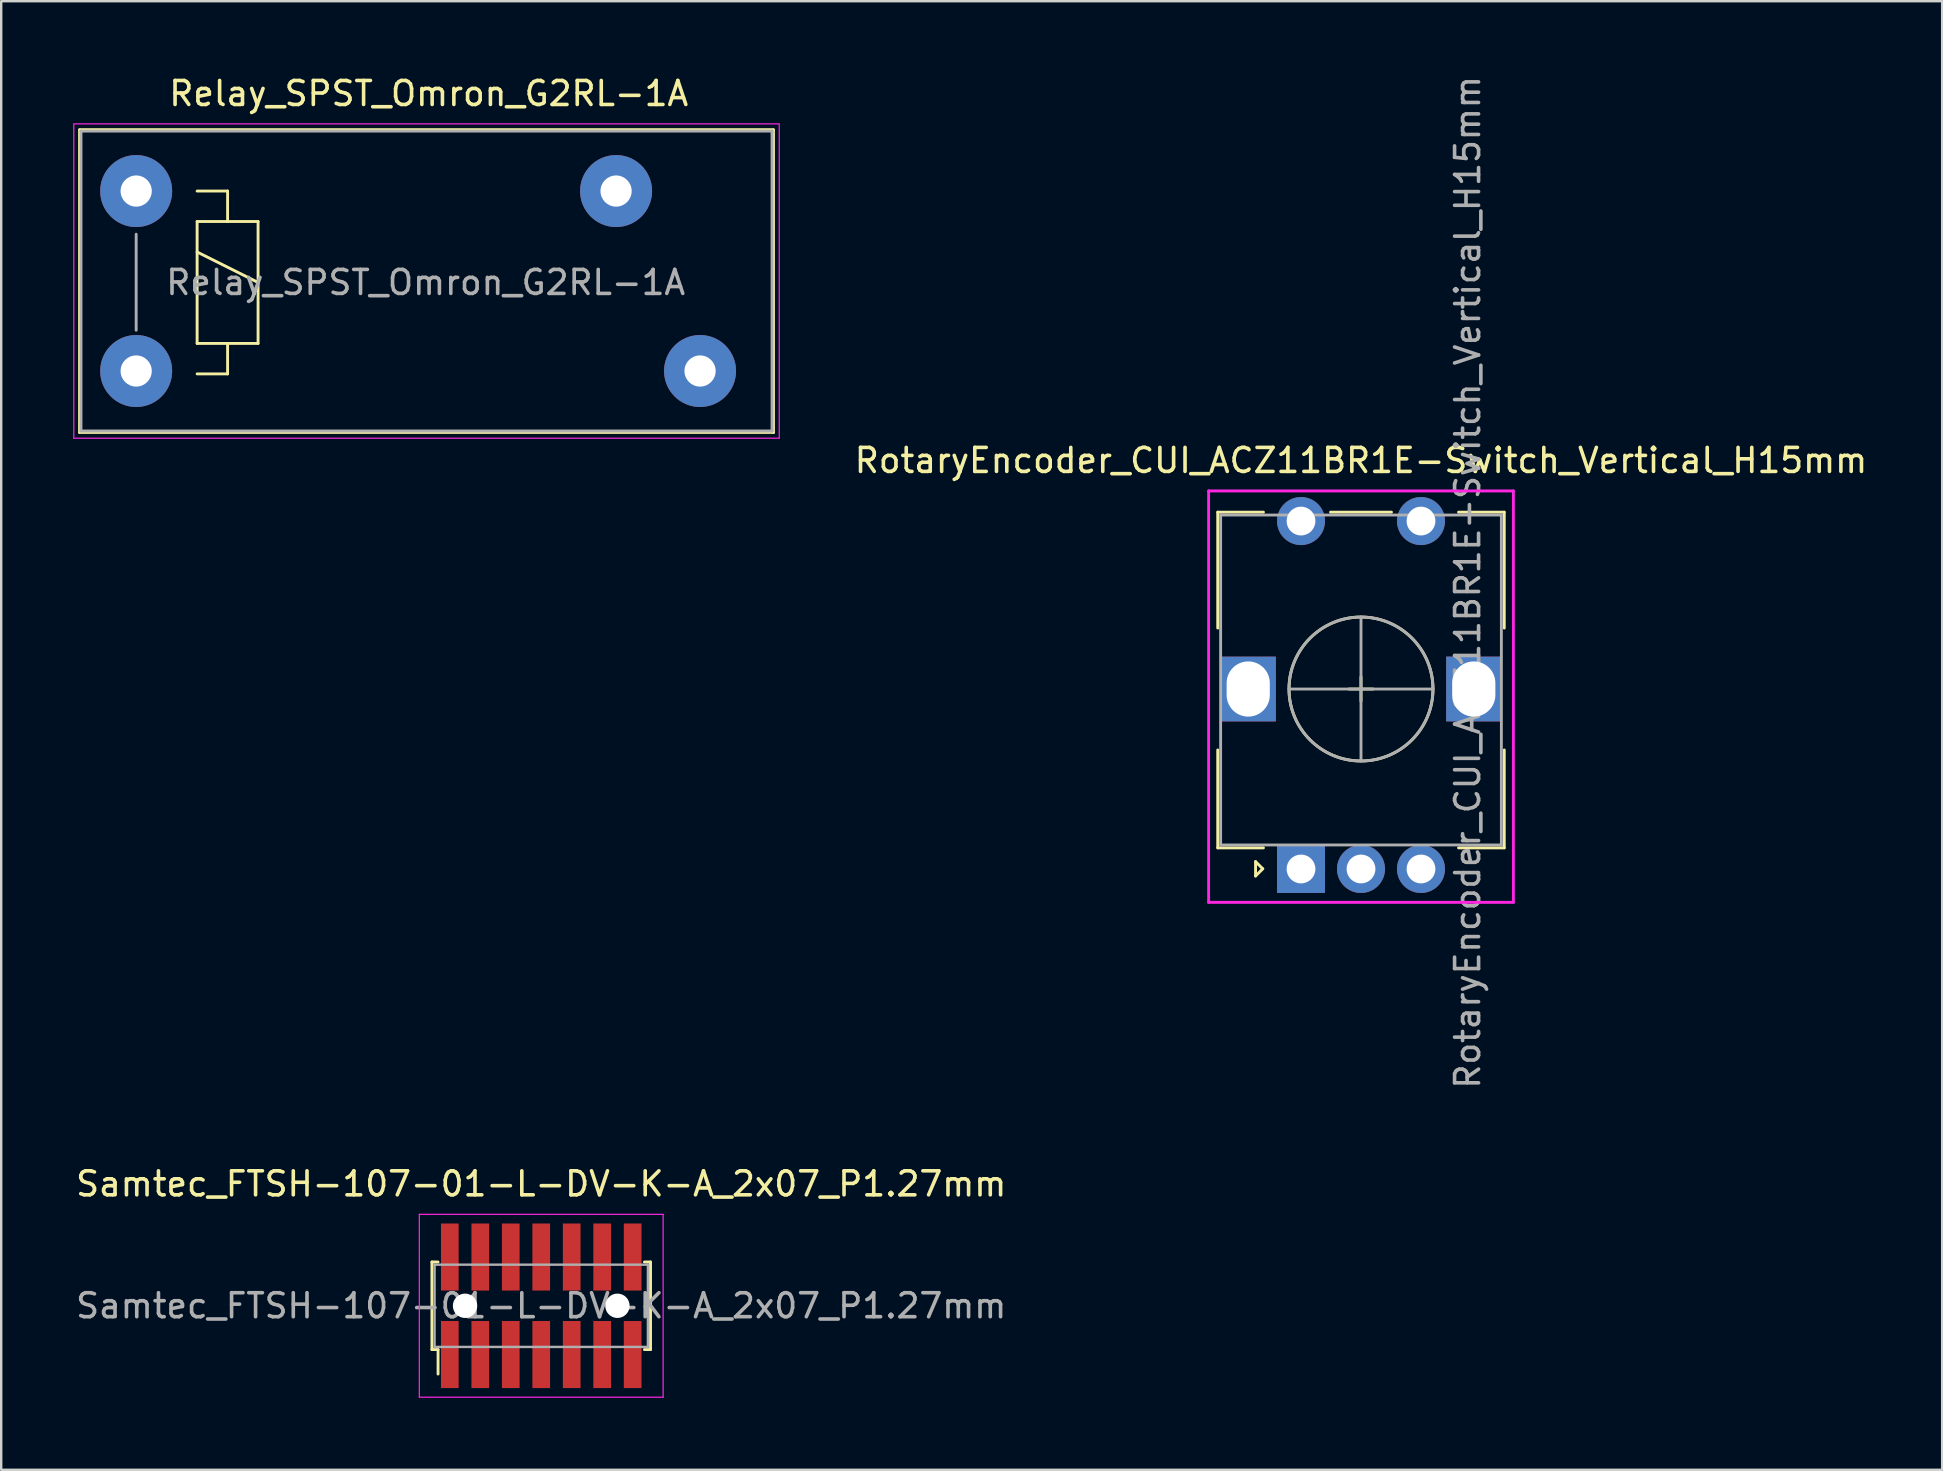
<source format=kicad_pcb>
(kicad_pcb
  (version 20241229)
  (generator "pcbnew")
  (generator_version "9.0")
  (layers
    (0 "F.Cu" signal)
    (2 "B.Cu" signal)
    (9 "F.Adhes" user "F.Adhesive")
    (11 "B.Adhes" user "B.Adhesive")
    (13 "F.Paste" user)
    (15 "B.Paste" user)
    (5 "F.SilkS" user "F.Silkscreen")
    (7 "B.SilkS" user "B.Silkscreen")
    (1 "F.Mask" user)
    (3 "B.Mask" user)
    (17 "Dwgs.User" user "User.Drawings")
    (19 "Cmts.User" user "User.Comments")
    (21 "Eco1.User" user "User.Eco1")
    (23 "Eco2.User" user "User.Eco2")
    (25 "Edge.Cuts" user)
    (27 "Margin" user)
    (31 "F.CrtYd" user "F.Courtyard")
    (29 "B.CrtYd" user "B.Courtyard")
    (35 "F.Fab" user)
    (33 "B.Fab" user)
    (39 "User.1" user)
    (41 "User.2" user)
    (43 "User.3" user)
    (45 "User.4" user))
  (footprint "RotaryEncoder_CUI_ACZ11BR1E-Switch_Vertical_H15mm"
    (layer "F.Cu")
    (at 53.67 25.665)
    (property "Reference" "RotaryEncoder_CUI_ACZ11BR1E-Switch_Vertical_H15mm" (at 0 -9.525 0) (layer "F.SilkS") (effects (font (size 1 1) (thickness 0.15))))
    (attr through_hole)
    (fp_line (start -5.97 -2.54) (end -5.97 -7.37) (stroke (width 0.12) (type solid)) (layer "F.SilkS"))
    (fp_line (start -5.97 2.54) (end -5.97 6.62) (stroke (width 0.12) (type solid)) (layer "F.SilkS"))
    (fp_line (start -5.97 6.62) (end -4.066 6.62) (stroke (width 0.12) (type solid)) (layer "F.SilkS"))
    (fp_line (start -5.969 -7.37) (end -4.065 -7.37) (stroke (width 0.12) (type solid)) (layer "F.SilkS"))
    (fp_line (start -4.394 7.193) (end -4.094 7.493) (stroke (width 0.12) (type solid)) (layer "F.SilkS"))
    (fp_line (start -4.394 7.793) (end -4.394 7.193) (stroke (width 0.12) (type solid)) (layer "F.SilkS"))
    (fp_line (start -4.094 7.493) (end -4.394 7.793) (stroke (width 0.12) (type solid)) (layer "F.SilkS"))
    (fp_line (start -1.27 -7.37) (end 1.27 -7.37) (stroke (width 0.12) (type solid)) (layer "F.SilkS"))
    (fp_line (start -0.5 0) (end 0.5 0) (stroke (width 0.12) (type solid)) (layer "F.SilkS"))
    (fp_line (start 0 -0.5) (end 0 0.5) (stroke (width 0.12) (type solid)) (layer "F.SilkS"))
    (fp_line (start 4.065 -7.37) (end 5.97 -7.37) (stroke (width 0.12) (type solid)) (layer "F.SilkS"))
    (fp_line (start 4.065 6.62) (end 5.97 6.62) (stroke (width 0.12) (type solid)) (layer "F.SilkS"))
    (fp_line (start 5.97 -7.37) (end 5.97 -2.54) (stroke (width 0.12) (type solid)) (layer "F.SilkS"))
    (fp_line (start 5.97 2.54) (end 5.97 6.62) (stroke (width 0.12) (type solid)) (layer "F.SilkS"))
    (fp_circle (center 0 0) (end 3 0) (stroke (width 0.12) (type solid)) (fill no) (layer "F.SilkS"))
    (fp_line (start -6.35 -8.255) (end 6.35 -8.255) (stroke (width 0.12) (type solid)) (layer "F.CrtYd"))
    (fp_line (start -6.35 8.89) (end -6.35 -8.255) (stroke (width 0.12) (type solid)) (layer "F.CrtYd"))
    (fp_line (start 6.35 -8.255) (end 6.35 8.89) (stroke (width 0.12) (type solid)) (layer "F.CrtYd"))
    (fp_line (start 6.35 8.89) (end -6.35 8.89) (stroke (width 0.12) (type solid)) (layer "F.CrtYd"))
    (fp_line (start -5.85 -7.25) (end -5.85 6.5) (stroke (width 0.12) (type solid)) (layer "F.Fab"))
    (fp_line (start -5.85 -7.25) (end 5.85 -7.25) (stroke (width 0.12) (type solid)) (layer "F.Fab"))
    (fp_line (start -3 0) (end 3 0) (stroke (width 0.12) (type solid)) (layer "F.Fab"))
    (fp_line (start 0 -3) (end 0 3) (stroke (width 0.12) (type solid)) (layer "F.Fab"))
    (fp_line (start 5.85 -7.25) (end 5.85 6.5) (stroke (width 0.12) (type solid)) (layer "F.Fab"))
    (fp_line (start 5.85 6.5) (end -5.85 6.5) (stroke (width 0.12) (type solid)) (layer "F.Fab"))
    (fp_circle (center 0 0) (end 3 0) (stroke (width 0.12) (type solid)) (fill no) (layer "F.Fab"))
    (fp_text user "${REFERENCE}" (at 4.445 -4.445 90) (layer "F.Fab") (effects (font (size 1 1) (thickness 0.15))))
    (pad "A" thru_hole rect (at -2.5 7.5) (size 2 2) (drill 1.2) (layers "*.Cu" "*.Mask"))
    (pad "B" thru_hole circle (at 2.5 7.5) (size 2 2) (drill 1.2) (layers "*.Cu" "*.Mask"))
    (pad "C" thru_hole circle (at 0 7.5) (size 2 2) (drill 1.2) (layers "*.Cu" "*.Mask"))
    (pad "MP" thru_hole rect (at -4.7 0) (size 2.3 2.7) (drill oval 1.8 2.3) (layers "*.Cu" "*.Mask"))
    (pad "MP" thru_hole rect (at 4.7 0) (size 2.3 2.7) (drill oval 1.8 2.3) (layers "*.Cu" "*.Mask"))
    (pad "S1" thru_hole circle (at -2.5 -7) (size 2 2) (drill 1.2) (layers "*.Cu" "*.Mask"))
    (pad "S2" thru_hole circle (at 2.5 -7) (size 2 2) (drill 1.2) (layers "*.Cu" "*.Mask")))
  (footprint "Relay_SPST_Omron_G2RL-1A"
    (layer "F.Cu")
    (at 2.625 4.912)
    (property "Reference" "Relay_SPST_Omron_G2RL-1A" (at 12.192 -4.064 0) (layer "F.SilkS") (effects (font (size 1 1) (thickness 0.15))))
    (attr through_hole)
    (fp_line (start -2.36 -2.56) (end 26.56 -2.56) (stroke (width 0.12) (type solid)) (layer "F.SilkS"))
    (fp_line (start -2.36 10.06) (end -2.36 -2.54) (stroke (width 0.12) (type solid)) (layer "F.SilkS"))
    (fp_line (start 2.54 0) (end 3.81 0) (stroke (width 0.12) (type solid)) (layer "F.SilkS"))
    (fp_line (start 2.54 1.27) (end 3.81 1.27) (stroke (width 0.12) (type solid)) (layer "F.SilkS"))
    (fp_line (start 2.54 2.54) (end 5.08 3.81) (stroke (width 0.12) (type solid)) (layer "F.SilkS"))
    (fp_line (start 2.54 6.35) (end 2.54 1.27) (stroke (width 0.12) (type solid)) (layer "F.SilkS"))
    (fp_line (start 3.81 0) (end 3.81 1.27) (stroke (width 0.12) (type solid)) (layer "F.SilkS"))
    (fp_line (start 3.81 1.27) (end 5.08 1.27) (stroke (width 0.12) (type solid)) (layer "F.SilkS"))
    (fp_line (start 3.81 6.35) (end 3.81 7.62) (stroke (width 0.12) (type solid)) (layer "F.SilkS"))
    (fp_line (start 3.81 7.62) (end 2.54 7.62) (stroke (width 0.12) (type solid)) (layer "F.SilkS"))
    (fp_line (start 5.08 1.27) (end 5.08 6.35) (stroke (width 0.12) (type solid)) (layer "F.SilkS"))
    (fp_line (start 5.08 6.35) (end 2.54 6.35) (stroke (width 0.12) (type solid)) (layer "F.SilkS"))
    (fp_line (start 26.56 -2.54) (end 26.56 10.06) (stroke (width 0.12) (type solid)) (layer "F.SilkS"))
    (fp_line (start 26.56 10.06) (end -2.36 10.06) (stroke (width 0.12) (type solid)) (layer "F.SilkS"))
    (fp_line (start -2.6 -2.8) (end 26.8 -2.8) (stroke (width 0.05) (type solid)) (layer "F.CrtYd"))
    (fp_line (start -2.6 10.3) (end -2.6 -2.78) (stroke (width 0.05) (type solid)) (layer "F.CrtYd"))
    (fp_line (start 26.8 -2.78) (end 26.8 10.3) (stroke (width 0.05) (type solid)) (layer "F.CrtYd"))
    (fp_line (start 26.8 10.3) (end -2.6 10.3) (stroke (width 0.05) (type solid)) (layer "F.CrtYd"))
    (fp_line (start -2.3 -2.5) (end 26.5 -2.5) (stroke (width 0.12) (type solid)) (layer "F.Fab"))
    (fp_line (start -2.3 10) (end -2.3 -2.5) (stroke (width 0.12) (type solid)) (layer "F.Fab"))
    (fp_line (start 0 1.8) (end 0 5.8) (stroke (width 0.12) (type solid)) (layer "F.Fab"))
    (fp_line (start 26.5 -2.5) (end 26.5 10) (stroke (width 0.12) (type solid)) (layer "F.Fab"))
    (fp_line (start 26.5 10) (end -2.3 10) (stroke (width 0.12) (type solid)) (layer "F.Fab"))
    (fp_text user "${REFERENCE}" (at 12.065 3.81 0) (layer "F.Fab") (effects (font (size 1 1) (thickness 0.15))))
    (pad "1" thru_hole circle (at 0 7.5) (size 3 3) (drill 1.3) (layers "*.Cu" "*.Mask"))
    (pad "3" thru_hole circle (at 23.5 7.5) (size 3 3) (drill 1.3) (layers "*.Cu" "*.Mask"))
    (pad "4" thru_hole circle (at 20 0) (size 3 3) (drill 1.3) (layers "*.Cu" "*.Mask"))
    (pad "5" thru_hole circle (at 0 0) (size 3 3) (drill 1.3) (layers "*.Cu" "*.Mask")))
  (footprint "Samtec_FTSH-107-01-L-DV-K-A_2x07_P1.27mm"
    (layer "F.Cu")
    (at 19.506 51.369)
    (property "Reference" "Samtec_FTSH-107-01-L-DV-K-A_2x07_P1.27mm" (at 0 -5.08 0) (layer "F.SilkS") (effects (font (size 1 1) (thickness 0.15))))
    (attr smd)
    (fp_line (start -4.555 -1.825) (end -4.555 1.825) (stroke (width 0.12) (type solid)) (layer "F.SilkS"))
    (fp_line (start -4.555 -1.825) (end -4.3 -1.825) (stroke (width 0.12) (type solid)) (layer "F.SilkS"))
    (fp_line (start -4.3 1.825) (end -4.555 1.825) (stroke (width 0.12) (type solid)) (layer "F.SilkS"))
    (fp_line (start -4.3 1.825) (end -4.3 2.845) (stroke (width 0.12) (type solid)) (layer "F.SilkS"))
    (fp_line (start 4.3 -1.825) (end 4.555 -1.825) (stroke (width 0.12) (type solid)) (layer "F.SilkS"))
    (fp_line (start 4.555 -1.825) (end 4.555 1.825) (stroke (width 0.12) (type solid)) (layer "F.SilkS"))
    (fp_line (start 4.555 1.825) (end 4.3 1.825) (stroke (width 0.12) (type solid)) (layer "F.SilkS"))
    (fp_line (start -5.08 -3.81) (end 5.08 -3.81) (stroke (width 0.05) (type solid)) (layer "F.CrtYd"))
    (fp_line (start -5.08 3.81) (end -5.08 -3.81) (stroke (width 0.05) (type solid)) (layer "F.CrtYd"))
    (fp_line (start 5.08 -3.81) (end 5.08 3.81) (stroke (width 0.05) (type solid)) (layer "F.CrtYd"))
    (fp_line (start 5.08 3.81) (end -5.08 3.81) (stroke (width 0.05) (type solid)) (layer "F.CrtYd"))
    (fp_line (start -4.445 -1.714) (end 4.445 -1.714) (stroke (width 0.1) (type solid)) (layer "F.Fab"))
    (fp_line (start -4.445 1.714) (end -4.445 -1.714) (stroke (width 0.1) (type solid)) (layer "F.Fab"))
    (fp_line (start 4.445 -1.714) (end 4.445 1.714) (stroke (width 0.1) (type solid)) (layer "F.Fab"))
    (fp_line (start 4.445 1.714) (end -4.445 1.714) (stroke (width 0.1) (type solid)) (layer "F.Fab"))
    (fp_text user "${REFERENCE}" (at 0 0 0) (layer "F.Fab") (effects (font (size 1 1) (thickness 0.15))))
    (pad "" np_thru_hole circle (at -3.175 0) (size 1.016 1.016) (drill 1.016) (layers "*.Cu" "*.Mask"))
    (pad "" np_thru_hole circle (at 3.175 0) (size 1.016 1.016) (drill 1.016) (layers "*.Cu" "*.Mask"))
    (pad "1" smd rect (at -3.81 2.032) (size 0.737 2.794) (layers "F.Cu" "F.Mask" "F.Paste"))
    (pad "2" smd rect (at -3.81 -2.032) (size 0.737 2.794) (layers "F.Cu" "F.Mask" "F.Paste"))
    (pad "3" smd rect (at -2.54 2.032) (size 0.737 2.794) (layers "F.Cu" "F.Mask" "F.Paste"))
    (pad "4" smd rect (at -2.54 -2.032) (size 0.737 2.794) (layers "F.Cu" "F.Mask" "F.Paste"))
    (pad "5" smd rect (at -1.27 2.032) (size 0.737 2.794) (layers "F.Cu" "F.Mask" "F.Paste"))
    (pad "6" smd rect (at -1.27 -2.032) (size 0.737 2.794) (layers "F.Cu" "F.Mask" "F.Paste"))
    (pad "7" smd rect (at 0 2.032) (size 0.737 2.794) (layers "F.Cu" "F.Mask" "F.Paste"))
    (pad "8" smd rect (at 0 -2.032) (size 0.737 2.794) (layers "F.Cu" "F.Mask" "F.Paste"))
    (pad "9" smd rect (at 1.27 2.032) (size 0.737 2.794) (layers "F.Cu" "F.Mask" "F.Paste"))
    (pad "10" smd rect (at 1.27 -2.032) (size 0.737 2.794) (layers "F.Cu" "F.Mask" "F.Paste"))
    (pad "11" smd rect (at 2.54 2.032) (size 0.737 2.794) (layers "F.Cu" "F.Mask" "F.Paste"))
    (pad "12" smd rect (at 2.54 -2.032) (size 0.737 2.794) (layers "F.Cu" "F.Mask" "F.Paste"))
    (pad "13" smd rect (at 3.81 2.032) (size 0.737 2.794) (layers "F.Cu" "F.Mask" "F.Paste"))
    (pad "14" smd rect (at 3.81 -2.032) (size 0.737 2.794) (layers "F.Cu" "F.Mask" "F.Paste")))
  (gr_rect
    (start -3 -3)
    (end 77.89 58.204)
    (stroke (width 0.1) (type default))
    (fill no)
    (layer "Edge.Cuts")))
</source>
